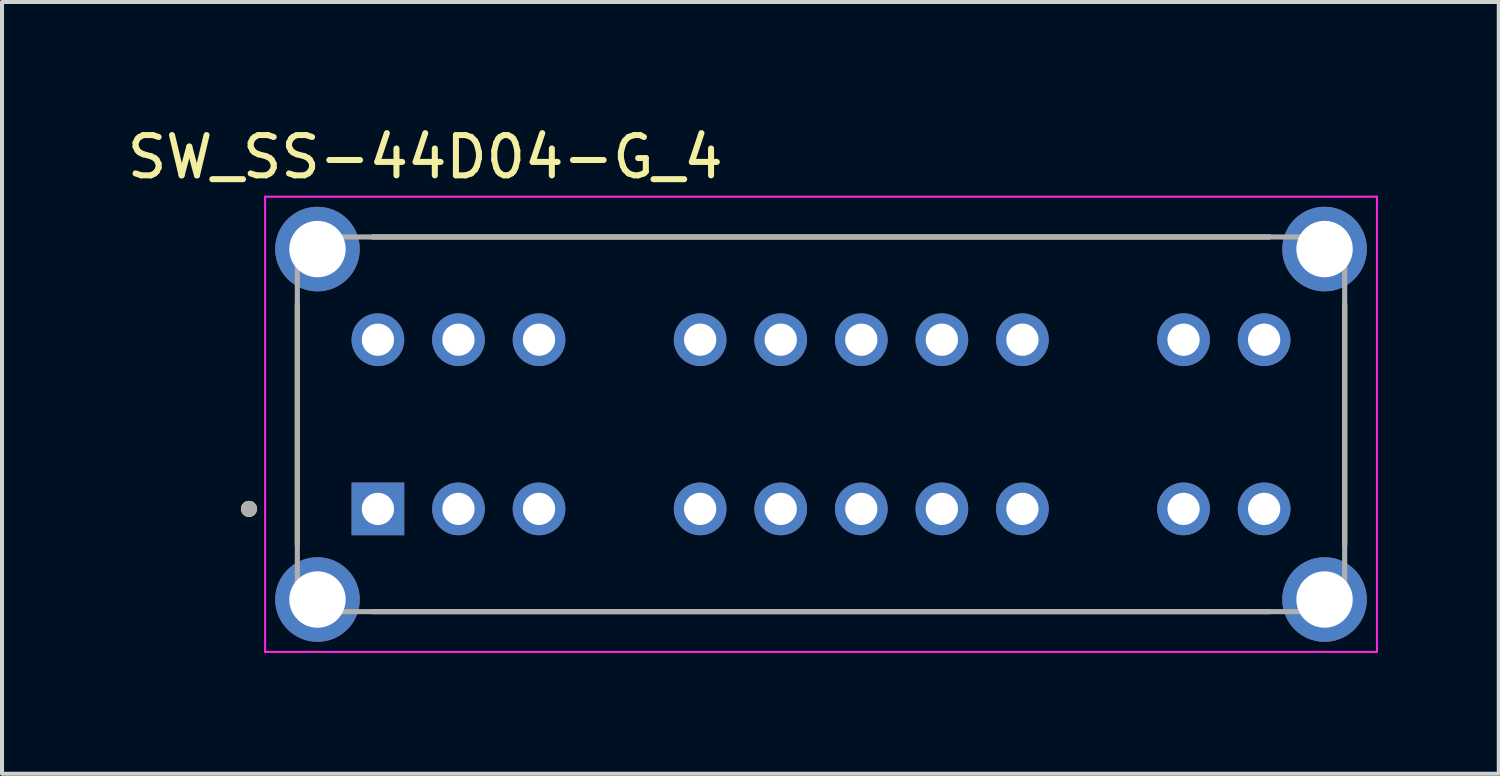
<source format=kicad_pcb>
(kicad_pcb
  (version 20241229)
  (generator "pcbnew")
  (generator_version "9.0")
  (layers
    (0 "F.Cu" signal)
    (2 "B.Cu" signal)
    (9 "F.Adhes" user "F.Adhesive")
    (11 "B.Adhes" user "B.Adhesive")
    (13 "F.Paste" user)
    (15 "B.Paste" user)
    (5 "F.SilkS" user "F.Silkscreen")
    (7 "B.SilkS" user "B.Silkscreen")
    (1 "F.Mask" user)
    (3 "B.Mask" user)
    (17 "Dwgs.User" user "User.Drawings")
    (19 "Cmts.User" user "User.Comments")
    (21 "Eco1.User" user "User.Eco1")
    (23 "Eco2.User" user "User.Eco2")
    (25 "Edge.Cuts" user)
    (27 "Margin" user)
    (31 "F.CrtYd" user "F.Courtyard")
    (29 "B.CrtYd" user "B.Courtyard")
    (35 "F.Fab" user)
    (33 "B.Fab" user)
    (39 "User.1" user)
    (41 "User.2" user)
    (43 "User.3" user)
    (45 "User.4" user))
  (footprint "SW_SS-44D04-G_4"
    (layer "F.Cu")
    (at 17.331 7.483)
    (property "Reference" "SW_SS-44D04-G_4" (at -9.825 -6.635 0) (layer "F.SilkS") (effects (font (size 1 1) (thickness 0.15))))
    (attr through_hole)
    (fp_line (start -13 2.98) (end -13 -2.98) (stroke (width 0.127) (type solid)) (layer "F.SilkS"))
    (fp_line (start -11.13 -4.65) (end 11.13 -4.65) (stroke (width 0.127) (type solid)) (layer "F.SilkS"))
    (fp_line (start 11.13 4.65) (end -11.13 4.65) (stroke (width 0.127) (type solid)) (layer "F.SilkS"))
    (fp_line (start 13 -2.98) (end 13 2.98) (stroke (width 0.127) (type solid)) (layer "F.SilkS"))
    (fp_circle (center -14.2 2.1) (end -14.1 2.1) (stroke (width 0.2) (type solid)) (fill no) (layer "F.SilkS"))
    (fp_line (start -13.8 -5.65) (end 13.8 -5.65) (stroke (width 0.05) (type solid)) (layer "F.CrtYd"))
    (fp_line (start -13.8 5.65) (end -13.8 -5.65) (stroke (width 0.05) (type solid)) (layer "F.CrtYd"))
    (fp_line (start 13.8 -5.65) (end 13.8 5.65) (stroke (width 0.05) (type solid)) (layer "F.CrtYd"))
    (fp_line (start 13.8 5.65) (end -13.8 5.65) (stroke (width 0.05) (type solid)) (layer "F.CrtYd"))
    (fp_line (start -13 -4.65) (end 13 -4.65) (stroke (width 0.127) (type solid)) (layer "F.Fab"))
    (fp_line (start -13 4.65) (end -13 -4.65) (stroke (width 0.127) (type solid)) (layer "F.Fab"))
    (fp_line (start 13 -4.65) (end 13 4.65) (stroke (width 0.127) (type solid)) (layer "F.Fab"))
    (fp_line (start 13 4.65) (end -13 4.65) (stroke (width 0.127) (type solid)) (layer "F.Fab"))
    (fp_circle (center -14.2 2.1) (end -14.1 2.1) (stroke (width 0.2) (type solid)) (fill no) (layer "F.Fab"))
    (pad "1" thru_hole rect (at -11 2.1) (size 1.308 1.308) (drill 0.8) (layers "*.Cu" "*.Mask"))
    (pad "2" thru_hole circle (at -9 2.1) (size 1.308 1.308) (drill 0.8) (layers "*.Cu" "*.Mask"))
    (pad "3" thru_hole circle (at -7 2.1) (size 1.308 1.308) (drill 0.8) (layers "*.Cu" "*.Mask"))
    (pad "4" thru_hole circle (at -3 2.1) (size 1.308 1.308) (drill 0.8) (layers "*.Cu" "*.Mask"))
    (pad "5" thru_hole circle (at -1 2.1) (size 1.308 1.308) (drill 0.8) (layers "*.Cu" "*.Mask"))
    (pad "6" thru_hole circle (at 1 2.1) (size 1.308 1.308) (drill 0.8) (layers "*.Cu" "*.Mask"))
    (pad "7" thru_hole circle (at 3 2.1) (size 1.308 1.308) (drill 0.8) (layers "*.Cu" "*.Mask"))
    (pad "8" thru_hole circle (at 5 2.1) (size 1.308 1.308) (drill 0.8) (layers "*.Cu" "*.Mask"))
    (pad "9" thru_hole circle (at 9 2.1) (size 1.308 1.308) (drill 0.8) (layers "*.Cu" "*.Mask"))
    (pad "10" thru_hole circle (at 11 2.1) (size 1.308 1.308) (drill 0.8) (layers "*.Cu" "*.Mask"))
    (pad "11" thru_hole circle (at 11 -2.1) (size 1.308 1.308) (drill 0.8) (layers "*.Cu" "*.Mask"))
    (pad "12" thru_hole circle (at 9 -2.1) (size 1.308 1.308) (drill 0.8) (layers "*.Cu" "*.Mask"))
    (pad "13" thru_hole circle (at 5 -2.1) (size 1.308 1.308) (drill 0.8) (layers "*.Cu" "*.Mask"))
    (pad "14" thru_hole circle (at 3 -2.1) (size 1.308 1.308) (drill 0.8) (layers "*.Cu" "*.Mask"))
    (pad "15" thru_hole circle (at 1 -2.1) (size 1.308 1.308) (drill 0.8) (layers "*.Cu" "*.Mask"))
    (pad "16" thru_hole circle (at -1 -2.1) (size 1.308 1.308) (drill 0.8) (layers "*.Cu" "*.Mask"))
    (pad "17" thru_hole circle (at -3 -2.1) (size 1.308 1.308) (drill 0.8) (layers "*.Cu" "*.Mask"))
    (pad "18" thru_hole circle (at -7 -2.1) (size 1.308 1.308) (drill 0.8) (layers "*.Cu" "*.Mask"))
    (pad "19" thru_hole circle (at -9 -2.1) (size 1.308 1.308) (drill 0.8) (layers "*.Cu" "*.Mask"))
    (pad "20" thru_hole circle (at -11 -2.1) (size 1.308 1.308) (drill 0.8) (layers "*.Cu" "*.Mask"))
    (pad "S1" thru_hole circle (at -12.5 4.35) (size 2.1 2.1) (drill 1.4) (layers "*.Cu" "*.Mask"))
    (pad "S2" thru_hole circle (at 12.5 4.35) (size 2.1 2.1) (drill 1.4) (layers "*.Cu" "*.Mask"))
    (pad "S3" thru_hole circle (at -12.5 -4.35) (size 2.1 2.1) (drill 1.4) (layers "*.Cu" "*.Mask"))
    (pad "S4" thru_hole circle (at 12.5 -4.35) (size 2.1 2.1) (drill 1.4) (layers "*.Cu" "*.Mask")))
  (gr_rect
    (start -3 -3)
    (end 34.156 16.158)
    (stroke (width 0.1) (type default))
    (fill no)
    (layer "Edge.Cuts")))
</source>
